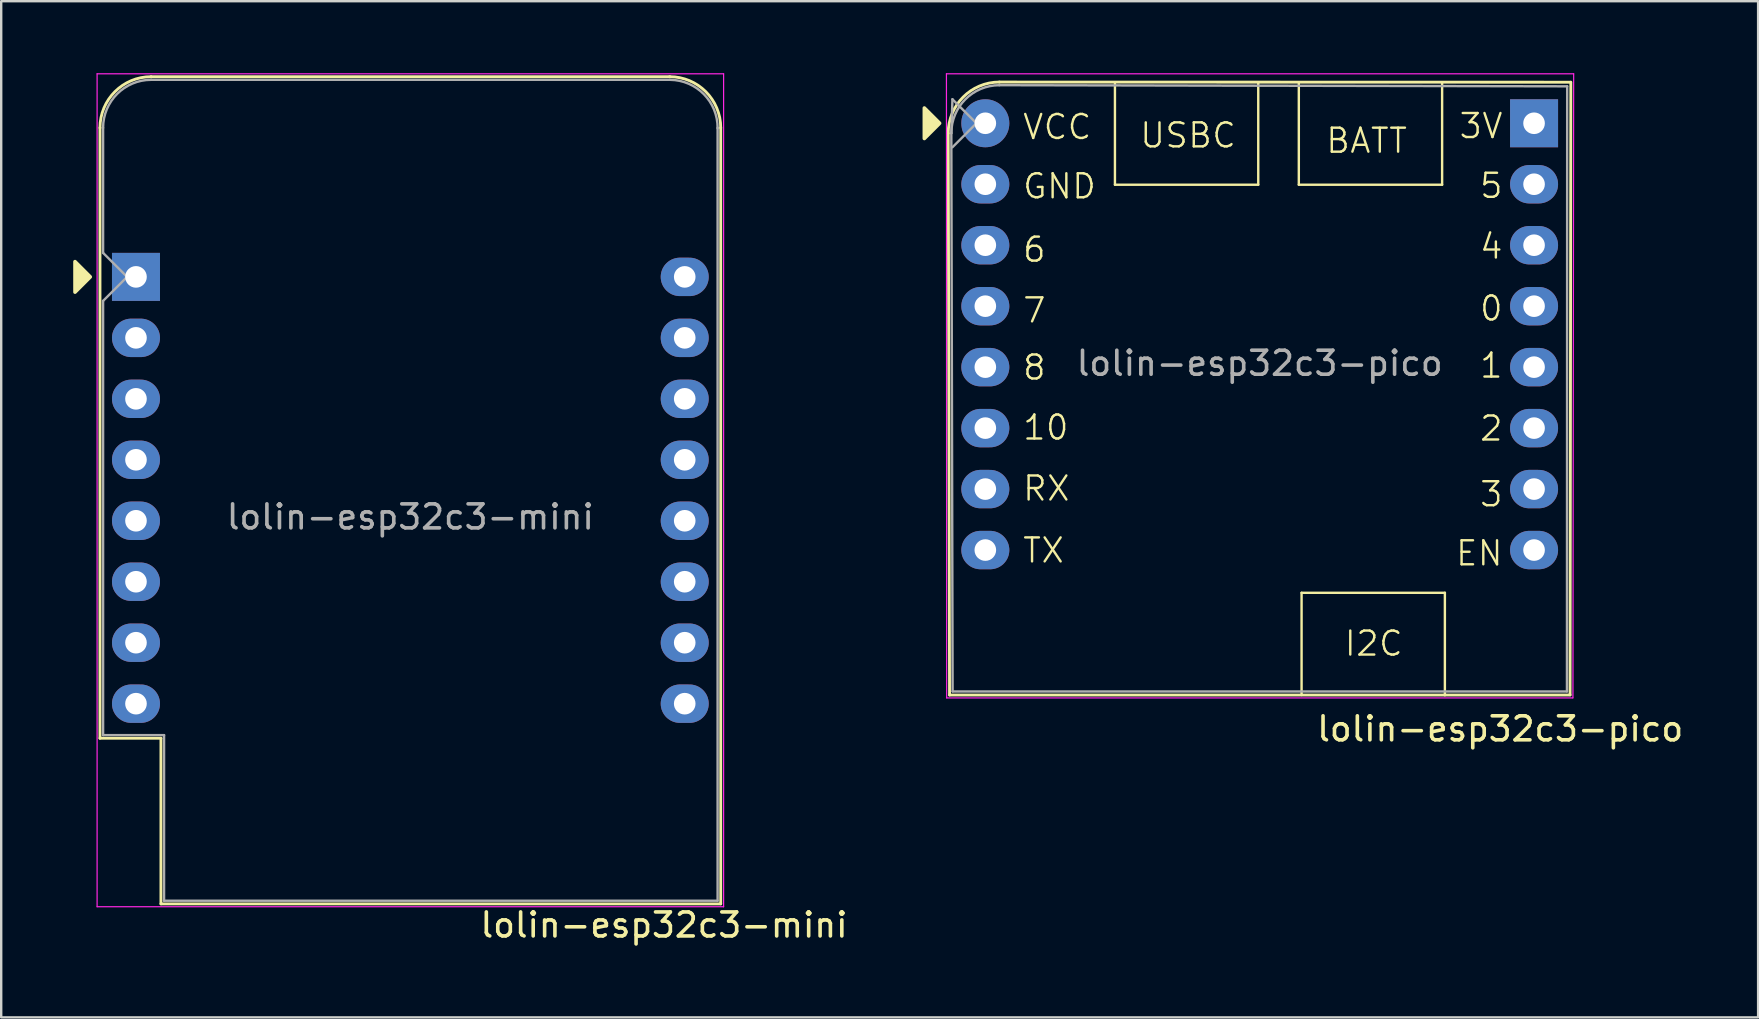
<source format=kicad_pcb>
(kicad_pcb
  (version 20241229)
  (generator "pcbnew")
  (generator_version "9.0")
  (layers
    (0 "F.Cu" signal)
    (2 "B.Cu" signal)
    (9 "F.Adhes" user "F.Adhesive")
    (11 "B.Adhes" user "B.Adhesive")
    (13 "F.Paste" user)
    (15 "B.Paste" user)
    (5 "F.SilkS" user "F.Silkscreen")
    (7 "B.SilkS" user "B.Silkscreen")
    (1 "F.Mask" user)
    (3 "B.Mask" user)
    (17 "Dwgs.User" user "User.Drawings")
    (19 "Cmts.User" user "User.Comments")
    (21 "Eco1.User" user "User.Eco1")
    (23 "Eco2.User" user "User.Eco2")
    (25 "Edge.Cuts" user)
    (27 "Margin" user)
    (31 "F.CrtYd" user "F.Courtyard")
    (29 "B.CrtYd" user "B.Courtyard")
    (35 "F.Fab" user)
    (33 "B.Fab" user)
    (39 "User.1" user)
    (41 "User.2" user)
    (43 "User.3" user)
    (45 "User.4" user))
  (footprint "lolin-esp32c3-mini"
    (layer "F.Cu")
    (at 2.615 8.485)
    (property "Reference" "lolin-esp32c3-mini" (at 22 27 0) (layer "F.SilkS") (effects (font (size 1 1) (thickness 0.15))))
    (attr through_hole)
    (fp_line (start -1.5 19.22) (end -1.5 -6.21) (stroke (width 0.12) (type solid)) (layer "F.SilkS"))
    (fp_line (start -1.5 19.22) (end 1.04 19.22) (stroke (width 0.12) (type solid)) (layer "F.SilkS"))
    (fp_line (start 1.04 19.22) (end 1.04 26.12) (stroke (width 0.12) (type solid)) (layer "F.SilkS"))
    (fp_line (start 1.04 26.12) (end 24.36 26.12) (stroke (width 0.12) (type solid)) (layer "F.SilkS"))
    (fp_line (start 22.24 -8.34) (end 0.63 -8.34) (stroke (width 0.12) (type solid)) (layer "F.SilkS"))
    (fp_line (start 24.36 26.12) (end 24.36 -6.21) (stroke (width 0.12) (type solid)) (layer "F.SilkS"))
    (fp_arc (start -1.5 -6.21) (mid -0.876137 -7.716137) (end 0.63 -8.34) (stroke (width 0.12) (type solid)) (layer "F.SilkS"))
    (fp_arc (start 22.23 -8.34) (mid 23.736137 -7.716137) (end 24.36 -6.21) (stroke (width 0.12) (type solid)) (layer "F.SilkS"))
    (fp_poly (pts (xy -2.54 -0.635) (xy -2.54 0.635) (xy -1.905 0)) (stroke (width 0.15) (type solid)) (fill yes) (layer "F.SilkS"))
    (fp_line (start -1.62 -8.46) (end 24.48 -8.46) (stroke (width 0.05) (type solid)) (layer "F.CrtYd"))
    (fp_line (start -1.62 26.24) (end -1.62 -8.46) (stroke (width 0.05) (type solid)) (layer "F.CrtYd"))
    (fp_line (start 24.48 -8.46) (end 24.48 26.24) (stroke (width 0.05) (type solid)) (layer "F.CrtYd"))
    (fp_line (start 24.48 26.24) (end -1.62 26.24) (stroke (width 0.05) (type solid)) (layer "F.CrtYd"))
    (fp_line (start -1.37 -6.21) (end -1.37 -1) (stroke (width 0.1) (type solid)) (layer "F.Fab"))
    (fp_line (start -1.37 1) (end -1.37 19.09) (stroke (width 0.1) (type solid)) (layer "F.Fab"))
    (fp_line (start -1.37 1) (end -0.37 0) (stroke (width 0.1) (type solid)) (layer "F.Fab"))
    (fp_line (start -1.37 19.09) (end 1.17 19.09) (stroke (width 0.1) (type solid)) (layer "F.Fab"))
    (fp_line (start -0.37 0) (end -1.37 -1) (stroke (width 0.1) (type solid)) (layer "F.Fab"))
    (fp_line (start 1.17 19.09) (end 1.17 25.99) (stroke (width 0.1) (type solid)) (layer "F.Fab"))
    (fp_line (start 1.17 25.99) (end 24.23 25.99) (stroke (width 0.1) (type solid)) (layer "F.Fab"))
    (fp_line (start 22.23 -8.21) (end 0.63 -8.21) (stroke (width 0.1) (type solid)) (layer "F.Fab"))
    (fp_line (start 24.23 25.99) (end 24.23 -6.21) (stroke (width 0.1) (type solid)) (layer "F.Fab"))
    (fp_arc (start -1.37 -6.21) (mid -0.784214 -7.624214) (end 0.63 -8.21) (stroke (width 0.1) (type solid)) (layer "F.Fab"))
    (fp_arc (start 22.25 -8.21) (mid 23.658356 -7.610071) (end 24.23 -6.19) (stroke (width 0.1) (type solid)) (layer "F.Fab"))
    (fp_text user "${REFERENCE}" (at 11.43 10 0) (layer "F.Fab") (effects (font (size 1 1) (thickness 0.15))))
    (pad "1" thru_hole oval (at 0 17.78) (size 2 1.6) (drill 0.9) (layers "*.Cu" "*.Mask"))
    (pad "2" thru_hole oval (at 0 15.24) (size 2 1.6) (drill 0.9) (layers "*.Cu" "*.Mask"))
    (pad "3" thru_hole oval (at 0 12.7) (size 2 1.6) (drill 0.9) (layers "*.Cu" "*.Mask"))
    (pad "4" thru_hole oval (at 0 10.16) (size 2 1.6) (drill 0.9) (layers "*.Cu" "*.Mask"))
    (pad "5" thru_hole oval (at 0 7.62) (size 2 1.6) (drill 0.9) (layers "*.Cu" "*.Mask"))
    (pad "6" thru_hole oval (at 0 5.08) (size 2 1.6) (drill 0.9) (layers "*.Cu" "*.Mask"))
    (pad "7" thru_hole oval (at 0 2.54) (size 2 1.6) (drill 0.9) (layers "*.Cu" "*.Mask"))
    (pad "8" thru_hole rect (at 0 0) (size 2 2) (drill 0.9) (layers "*.Cu" "*.Mask"))
    (pad "9" thru_hole oval (at 22.86 0) (size 2 1.6) (drill 0.9) (layers "*.Cu" "*.Mask"))
    (pad "10" thru_hole oval (at 22.86 2.54) (size 2 1.6) (drill 0.9) (layers "*.Cu" "*.Mask"))
    (pad "11" thru_hole oval (at 22.86 5.08) (size 2 1.6) (drill 0.9) (layers "*.Cu" "*.Mask"))
    (pad "12" thru_hole oval (at 22.86 7.62) (size 2 1.6) (drill 0.9) (layers "*.Cu" "*.Mask"))
    (pad "13" thru_hole oval (at 22.86 10.16) (size 2 1.6) (drill 0.9) (layers "*.Cu" "*.Mask"))
    (pad "14" thru_hole oval (at 22.86 12.7) (size 2 1.6) (drill 0.9) (layers "*.Cu" "*.Mask"))
    (pad "15" thru_hole oval (at 22.86 15.24) (size 2 1.6) (drill 0.9) (layers "*.Cu" "*.Mask"))
    (pad "16" thru_hole oval (at 22.86 17.78) (size 2 1.6) (drill 0.9) (layers "*.Cu" "*.Mask")))
  (footprint "lolin-esp32c3-pico"
    (layer "F.Cu")
    (at 37.998 2.085)
    (property "Reference" "lolin-esp32c3-pico" (at 21.45 25.23 0) (layer "F.SilkS") (effects (font (size 1 1) (thickness 0.15))))
    (attr through_hole)
    (fp_line (start -1.49 23.82) (end -1.546 0.425) (stroke (width 0.12) (type solid)) (layer "F.SilkS"))
    (fp_line (start -1.49 23.82) (end 24.36 23.82) (stroke (width 0.12) (type solid)) (layer "F.SilkS"))
    (fp_line (start 5.4 -1.65) (end 5.4 2.56) (stroke (width 0.1) (type default)) (layer "F.SilkS"))
    (fp_line (start 5.4 2.56) (end 11.37 2.56) (stroke (width 0.1) (type default)) (layer "F.SilkS"))
    (fp_line (start 11.37 2.56) (end 11.37 -1.71) (stroke (width 0.1) (type default)) (layer "F.SilkS"))
    (fp_line (start 13.06 -1.66) (end 13.06 2.56) (stroke (width 0.1) (type default)) (layer "F.SilkS"))
    (fp_line (start 13.06 2.56) (end 19.03 2.56) (stroke (width 0.1) (type default)) (layer "F.SilkS"))
    (fp_line (start 13.175 19.56) (end 13.175 23.82) (stroke (width 0.1) (type default)) (layer "F.SilkS"))
    (fp_line (start 13.175 19.56) (end 19.145 19.56) (stroke (width 0.1) (type default)) (layer "F.SilkS"))
    (fp_line (start 19.03 2.56) (end 19.03 -1.71) (stroke (width 0.1) (type default)) (layer "F.SilkS"))
    (fp_line (start 19.145 23.83) (end 19.145 19.56) (stroke (width 0.1) (type default)) (layer "F.SilkS"))
    (fp_line (start 24.36 23.81) (end 24.392 -1.71) (stroke (width 0.12) (type solid)) (layer "F.SilkS"))
    (fp_line (start 24.384 -1.71) (end 0.584 -1.716) (stroke (width 0.12) (type solid)) (layer "F.SilkS"))
    (fp_arc (start -1.545786 0.414214) (mid -0.921923 -1.091923) (end 0.584214 -1.715786) (stroke (width 0.12) (type solid)) (layer "F.SilkS"))
    (fp_poly (pts (xy -2.54 -0.635) (xy -2.54 0.635) (xy -1.905 0)) (stroke (width 0.15) (type solid)) (fill yes) (layer "F.SilkS"))
    (fp_line (start -1.62 -2.06) (end 24.51 -2.06) (stroke (width 0.05) (type solid)) (layer "F.CrtYd"))
    (fp_line (start -1.61 23.94) (end -1.62 -2.06) (stroke (width 0.05) (type solid)) (layer "F.CrtYd"))
    (fp_line (start 24.47 23.94) (end -1.61 23.94) (stroke (width 0.05) (type solid)) (layer "F.CrtYd"))
    (fp_line (start 24.51 -2.06) (end 24.48 23.94) (stroke (width 0.05) (type solid)) (layer "F.CrtYd"))
    (fp_line (start -1.416 0.414) (end -1.37 -1) (stroke (width 0.1) (type solid)) (layer "F.Fab"))
    (fp_line (start -1.416 0.414) (end -1.363 23.67) (stroke (width 0.1) (type solid)) (layer "F.Fab"))
    (fp_line (start -1.37 1) (end -0.37 0) (stroke (width 0.1) (type solid)) (layer "F.Fab"))
    (fp_line (start -1.36 23.67) (end 24.23 23.67) (stroke (width 0.1) (type solid)) (layer "F.Fab"))
    (fp_line (start -0.37 0) (end -1.37 -1) (stroke (width 0.1) (type solid)) (layer "F.Fab"))
    (fp_line (start 24.23 23.67) (end 24.24 -1.539) (stroke (width 0.1) (type solid)) (layer "F.Fab"))
    (fp_line (start 24.24 -1.539) (end 0.584 -1.586) (stroke (width 0.1) (type solid)) (layer "F.Fab"))
    (fp_arc (start -1.415786 0.414214) (mid -0.83 -1) (end 0.584214 -1.585786) (stroke (width 0.1) (type solid)) (layer "F.Fab"))
    (fp_text user "6" (at 1.5 5.85 0) (unlocked yes) (layer "F.SilkS") (effects (font (size 1 1) (thickness 0.1)) (justify left bottom)))
    (fp_text user "5" (at 20.537 3.19 0) (unlocked yes) (layer "F.SilkS") (effects (font (size 1 1) (thickness 0.1)) (justify left bottom)))
    (fp_text user "8" (at 1.5 10.76 0) (unlocked yes) (layer "F.SilkS") (effects (font (size 1 1) (thickness 0.1)) (justify left bottom)))
    (fp_text user "3V" (at 19.68 0.7 0) (unlocked yes) (layer "F.SilkS") (effects (font (size 1 1) (thickness 0.1)) (justify left bottom)))
    (fp_text user "TX" (at 1.5 18.38 0) (unlocked yes) (layer "F.SilkS") (effects (font (size 1 1) (thickness 0.1)) (justify left bottom)))
    (fp_text user "EN" (at 19.537 18.5 0) (unlocked yes) (layer "F.SilkS") (effects (font (size 1 1) (thickness 0.1)) (justify left bottom)))
    (fp_text user "BATT" (at 14.13 1.31 0) (unlocked yes) (layer "F.SilkS") (effects (font (size 1 1) (thickness 0.1)) (justify left bottom)))
    (fp_text user "2" (at 20.537 13.3 0) (unlocked yes) (layer "F.SilkS") (effects (font (size 1 1) (thickness 0.1)) (justify left bottom)))
    (fp_text user "1" (at 20.537 10.68 0) (unlocked yes) (layer "F.SilkS") (effects (font (size 1 1) (thickness 0.1)) (justify left bottom)))
    (fp_text user "4" (at 20.537 5.72 0) (unlocked yes) (layer "F.SilkS") (effects (font (size 1 1) (thickness 0.1)) (justify left bottom)))
    (fp_text user "I2C" (at 14.9 22.26 0) (unlocked yes) (layer "F.SilkS") (effects (font (size 1 1) (thickness 0.1)) (justify left bottom)))
    (fp_text user "0" (at 20.537 8.3 0) (unlocked yes) (layer "F.SilkS") (effects (font (size 1 1) (thickness 0.1)) (justify left bottom)))
    (fp_text user "10" (at 1.5 13.26 0) (unlocked yes) (layer "F.SilkS") (effects (font (size 1 1) (thickness 0.1)) (justify left bottom)))
    (fp_text user "RX" (at 1.5 15.8 0) (unlocked yes) (layer "F.SilkS") (effects (font (size 1 1) (thickness 0.1)) (justify left bottom)))
    (fp_text user "USBC" (at 6.38 1.09 0) (unlocked yes) (layer "F.SilkS") (effects (font (size 1 1) (thickness 0.1)) (justify left bottom)))
    (fp_text user "7" (at 1.5 8.38 0) (unlocked yes) (layer "F.SilkS") (effects (font (size 1 1) (thickness 0.1)) (justify left bottom)))
    (fp_text user "GND" (at 1.5 3.21 0) (unlocked yes) (layer "F.SilkS") (effects (font (size 1 1) (thickness 0.1)) (justify left bottom)))
    (fp_text user "3" (at 20.537 16.04 0) (unlocked yes) (layer "F.SilkS") (effects (font (size 1 1) (thickness 0.1)) (justify left bottom)))
    (fp_text user "VCC" (at 1.5 0.74 0) (unlocked yes) (layer "F.SilkS") (effects (font (size 1 1) (thickness 0.1)) (justify left bottom)))
    (fp_text user "${REFERENCE}" (at 11.43 10 0) (layer "F.Fab") (effects (font (size 1 1) (thickness 0.15))))
    (pad "1" thru_hole rect (at 22.86 0) (size 2 2) (drill 0.9) (layers "*.Cu" "*.Mask"))
    (pad "2" thru_hole oval (at 22.86 2.54) (size 2 1.6) (drill 0.9) (layers "*.Cu" "*.Mask"))
    (pad "3" thru_hole oval (at 22.86 5.08) (size 2 1.6) (drill 0.9) (layers "*.Cu" "*.Mask"))
    (pad "4" thru_hole oval (at 22.86 7.62) (size 2 1.6) (drill 0.9) (layers "*.Cu" "*.Mask"))
    (pad "5" thru_hole oval (at 22.86 10.16) (size 2 1.6) (drill 0.9) (layers "*.Cu" "*.Mask"))
    (pad "6" thru_hole oval (at 22.86 12.7) (size 2 1.6) (drill 0.9) (layers "*.Cu" "*.Mask"))
    (pad "7" thru_hole oval (at 22.86 15.24) (size 2 1.6) (drill 0.9) (layers "*.Cu" "*.Mask"))
    (pad "8" thru_hole oval (at 22.86 17.78) (size 2 1.6) (drill 0.9) (layers "*.Cu" "*.Mask"))
    (pad "9" thru_hole oval (at 0 17.78) (size 2 1.6) (drill 0.9) (layers "*.Cu" "*.Mask"))
    (pad "10" thru_hole oval (at 0 15.24) (size 2 1.6) (drill 0.9) (layers "*.Cu" "*.Mask"))
    (pad "11" thru_hole oval (at 0 12.7) (size 2 1.6) (drill 0.9) (layers "*.Cu" "*.Mask"))
    (pad "12" thru_hole oval (at 0 10.16) (size 2 1.6) (drill 0.9) (layers "*.Cu" "*.Mask"))
    (pad "13" thru_hole oval (at 0 7.62) (size 2 1.6) (drill 0.9) (layers "*.Cu" "*.Mask"))
    (pad "14" thru_hole oval (at 0 5.08) (size 2 1.6) (drill 0.9) (layers "*.Cu" "*.Mask"))
    (pad "15" thru_hole oval (at 0 2.54) (size 2 1.6) (drill 0.9) (layers "*.Cu" "*.Mask"))
    (pad "16" thru_hole circle (at 0 0) (size 2 2) (drill 0.9) (layers "*.Cu" "*.Mask")))
  (gr_rect
    (start -3 -3)
    (end 70.192 39.333)
    (stroke (width 0.1) (type default))
    (fill no)
    (layer "Edge.Cuts")))
</source>
